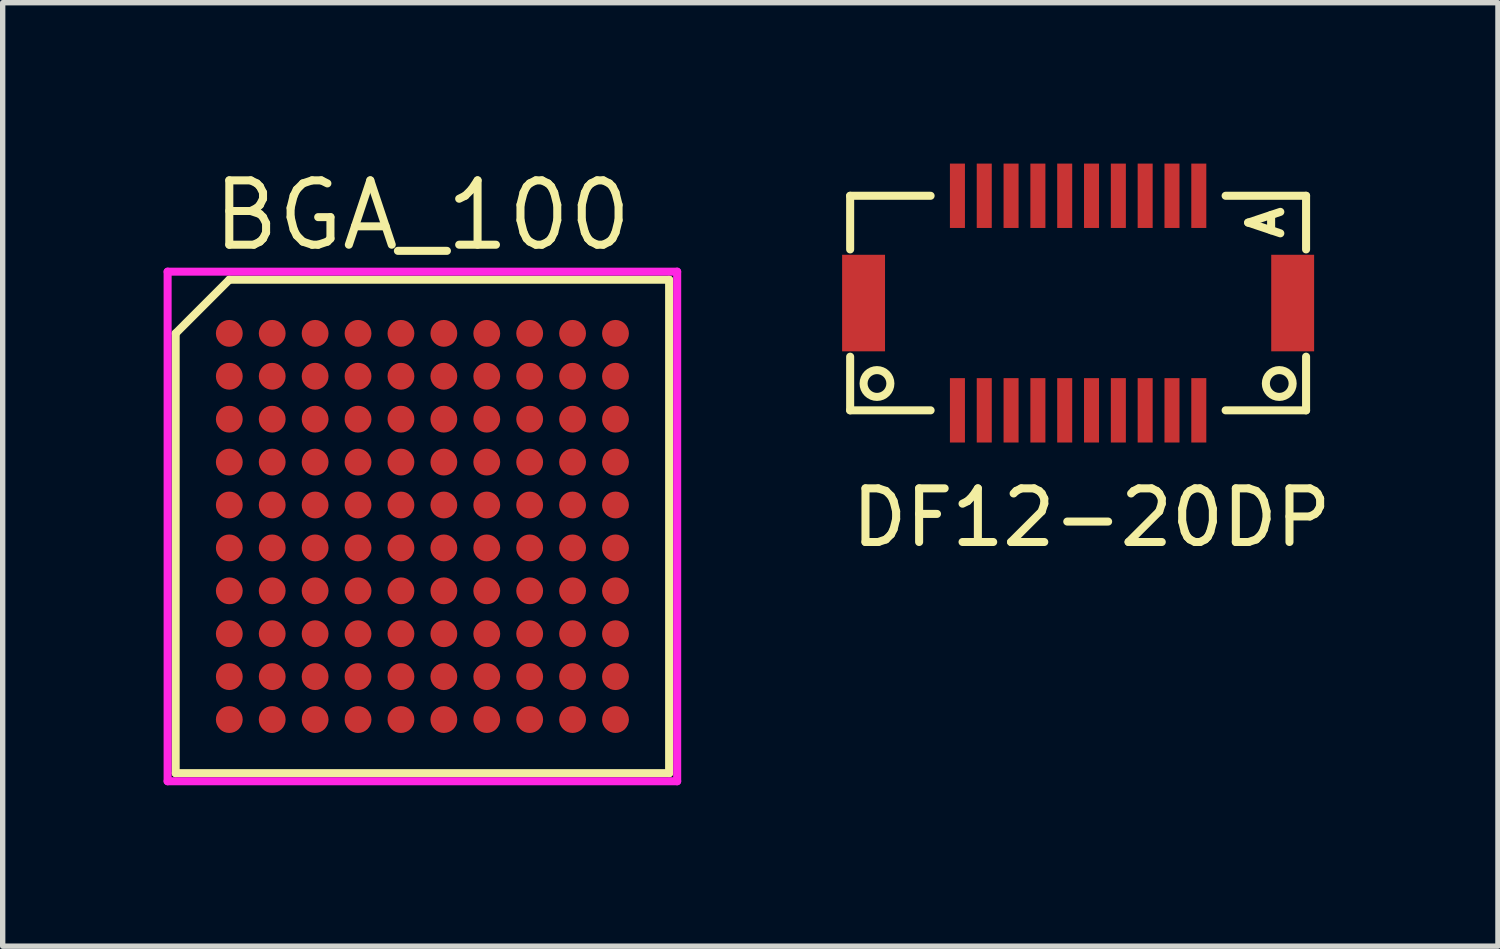
<source format=kicad_pcb>
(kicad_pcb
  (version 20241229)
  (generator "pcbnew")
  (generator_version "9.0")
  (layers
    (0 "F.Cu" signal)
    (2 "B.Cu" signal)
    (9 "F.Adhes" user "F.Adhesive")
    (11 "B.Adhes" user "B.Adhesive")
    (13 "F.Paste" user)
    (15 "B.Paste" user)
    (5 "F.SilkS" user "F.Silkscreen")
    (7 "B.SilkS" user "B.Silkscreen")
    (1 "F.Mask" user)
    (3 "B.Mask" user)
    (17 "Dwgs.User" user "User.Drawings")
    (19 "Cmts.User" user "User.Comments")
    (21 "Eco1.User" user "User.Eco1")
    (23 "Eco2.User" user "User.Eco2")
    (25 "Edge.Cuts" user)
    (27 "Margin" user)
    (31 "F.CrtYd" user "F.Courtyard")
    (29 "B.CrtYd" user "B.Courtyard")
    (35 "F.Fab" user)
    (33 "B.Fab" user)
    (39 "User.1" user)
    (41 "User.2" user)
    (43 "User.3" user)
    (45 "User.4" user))
  (footprint "BGA_100"
    (layer "F.Cu")
    (at 4.825 6.765)
    (property "Reference" "BGA_100" (at 0 -5.8 0) (layer "F.SilkS") (effects (font (size 1.2 1.2) (thickness 0.15))))
    (attr through_hole)
    (fp_line (start -4.6 -3.6) (end -4.6 4.6) (stroke (width 0.15) (type solid)) (layer "F.SilkS"))
    (fp_line (start -4.6 4.6) (end 4.6 4.6) (stroke (width 0.15) (type solid)) (layer "F.SilkS"))
    (fp_line (start -3.6 -4.6) (end -4.6 -3.6) (stroke (width 0.15) (type solid)) (layer "F.SilkS"))
    (fp_line (start 4.6 -4.6) (end -3.6 -4.6) (stroke (width 0.15) (type solid)) (layer "F.SilkS"))
    (fp_line (start 4.6 4.6) (end 4.6 -4.6) (stroke (width 0.15) (type solid)) (layer "F.SilkS"))
    (fp_line (start -4.75 -4.75) (end 4.75 -4.75) (stroke (width 0.15) (type solid)) (layer "F.CrtYd"))
    (fp_line (start -4.75 4.75) (end -4.75 -4.75) (stroke (width 0.15) (type solid)) (layer "F.CrtYd"))
    (fp_line (start 4.75 -4.75) (end 4.75 4.75) (stroke (width 0.15) (type solid)) (layer "F.CrtYd"))
    (fp_line (start 4.75 4.75) (end -4.75 4.75) (stroke (width 0.15) (type solid)) (layer "F.CrtYd"))
    (pad "A1" smd circle (at -3.6 -3.6) (size 0.5 0.5) (layers "F.Cu" "F.Mask" "F.Paste"))
    (pad "A2" smd circle (at -2.8 -3.6) (size 0.5 0.5) (layers "F.Cu" "F.Mask" "F.Paste"))
    (pad "A3" smd circle (at -2 -3.6) (size 0.5 0.5) (layers "F.Cu" "F.Mask" "F.Paste"))
    (pad "A4" smd circle (at -1.2 -3.6) (size 0.5 0.5) (layers "F.Cu" "F.Mask" "F.Paste"))
    (pad "A5" smd circle (at -0.4 -3.6) (size 0.5 0.5) (layers "F.Cu" "F.Mask" "F.Paste"))
    (pad "A6" smd circle (at 0.4 -3.6) (size 0.5 0.5) (layers "F.Cu" "F.Mask" "F.Paste"))
    (pad "A7" smd circle (at 1.2 -3.6) (size 0.5 0.5) (layers "F.Cu" "F.Mask" "F.Paste"))
    (pad "A8" smd circle (at 2 -3.6) (size 0.5 0.5) (layers "F.Cu" "F.Mask" "F.Paste"))
    (pad "A9" smd circle (at 2.8 -3.6) (size 0.5 0.5) (layers "F.Cu" "F.Mask" "F.Paste"))
    (pad "A10" smd circle (at 3.6 -3.6) (size 0.5 0.5) (layers "F.Cu" "F.Mask" "F.Paste"))
    (pad "B1" smd circle (at -3.6 -2.8) (size 0.5 0.5) (layers "F.Cu" "F.Mask" "F.Paste"))
    (pad "B2" smd circle (at -2.8 -2.8) (size 0.5 0.5) (layers "F.Cu" "F.Mask" "F.Paste"))
    (pad "B3" smd circle (at -2 -2.8) (size 0.5 0.5) (layers "F.Cu" "F.Mask" "F.Paste"))
    (pad "B4" smd circle (at -1.2 -2.8) (size 0.5 0.5) (layers "F.Cu" "F.Mask" "F.Paste"))
    (pad "B5" smd circle (at -0.4 -2.8) (size 0.5 0.5) (layers "F.Cu" "F.Mask" "F.Paste"))
    (pad "B6" smd circle (at 0.4 -2.8) (size 0.5 0.5) (layers "F.Cu" "F.Mask" "F.Paste"))
    (pad "B7" smd circle (at 1.2 -2.8) (size 0.5 0.5) (layers "F.Cu" "F.Mask" "F.Paste"))
    (pad "B8" smd circle (at 2 -2.8) (size 0.5 0.5) (layers "F.Cu" "F.Mask" "F.Paste"))
    (pad "B9" smd circle (at 2.8 -2.8) (size 0.5 0.5) (layers "F.Cu" "F.Mask" "F.Paste"))
    (pad "B10" smd circle (at 3.6 -2.8) (size 0.5 0.5) (layers "F.Cu" "F.Mask" "F.Paste"))
    (pad "C1" smd circle (at -3.6 -2) (size 0.5 0.5) (layers "F.Cu" "F.Mask" "F.Paste"))
    (pad "C2" smd circle (at -2.8 -2) (size 0.5 0.5) (layers "F.Cu" "F.Mask" "F.Paste"))
    (pad "C3" smd circle (at -2 -2) (size 0.5 0.5) (layers "F.Cu" "F.Mask" "F.Paste"))
    (pad "C4" smd circle (at -1.2 -2) (size 0.5 0.5) (layers "F.Cu" "F.Mask" "F.Paste"))
    (pad "C5" smd circle (at -0.4 -2) (size 0.5 0.5) (layers "F.Cu" "F.Mask" "F.Paste"))
    (pad "C6" smd circle (at 0.4 -2) (size 0.5 0.5) (layers "F.Cu" "F.Mask" "F.Paste"))
    (pad "C7" smd circle (at 1.2 -2) (size 0.5 0.5) (layers "F.Cu" "F.Mask" "F.Paste"))
    (pad "C8" smd circle (at 2 -2) (size 0.5 0.5) (layers "F.Cu" "F.Mask" "F.Paste"))
    (pad "C9" smd circle (at 2.8 -2) (size 0.5 0.5) (layers "F.Cu" "F.Mask" "F.Paste"))
    (pad "C10" smd circle (at 3.6 -2) (size 0.5 0.5) (layers "F.Cu" "F.Mask" "F.Paste"))
    (pad "D1" smd circle (at -3.6 -1.2) (size 0.5 0.5) (layers "F.Cu" "F.Mask" "F.Paste"))
    (pad "D2" smd circle (at -2.8 -1.2) (size 0.5 0.5) (layers "F.Cu" "F.Mask" "F.Paste"))
    (pad "D3" smd circle (at -2 -1.2) (size 0.5 0.5) (layers "F.Cu" "F.Mask" "F.Paste"))
    (pad "D4" smd circle (at -1.2 -1.2) (size 0.5 0.5) (layers "F.Cu" "F.Mask" "F.Paste"))
    (pad "D5" smd circle (at -0.4 -1.2) (size 0.5 0.5) (layers "F.Cu" "F.Mask" "F.Paste"))
    (pad "D6" smd circle (at 0.4 -1.2) (size 0.5 0.5) (layers "F.Cu" "F.Mask" "F.Paste"))
    (pad "D7" smd circle (at 1.2 -1.2) (size 0.5 0.5) (layers "F.Cu" "F.Mask" "F.Paste"))
    (pad "D8" smd circle (at 2 -1.2) (size 0.5 0.5) (layers "F.Cu" "F.Mask" "F.Paste"))
    (pad "D9" smd circle (at 2.8 -1.2) (size 0.5 0.5) (layers "F.Cu" "F.Mask" "F.Paste"))
    (pad "D10" smd circle (at 3.6 -1.2) (size 0.5 0.5) (layers "F.Cu" "F.Mask" "F.Paste"))
    (pad "E1" smd circle (at -3.6 -0.4) (size 0.5 0.5) (layers "F.Cu" "F.Mask" "F.Paste"))
    (pad "E2" smd circle (at -2.8 -0.4) (size 0.5 0.5) (layers "F.Cu" "F.Mask" "F.Paste"))
    (pad "E3" smd circle (at -2 -0.4) (size 0.5 0.5) (layers "F.Cu" "F.Mask" "F.Paste"))
    (pad "E4" smd circle (at -1.2 -0.4) (size 0.5 0.5) (layers "F.Cu" "F.Mask" "F.Paste"))
    (pad "E5" smd circle (at -0.4 -0.4) (size 0.5 0.5) (layers "F.Cu" "F.Mask" "F.Paste"))
    (pad "E6" smd circle (at 0.4 -0.4) (size 0.5 0.5) (layers "F.Cu" "F.Mask" "F.Paste"))
    (pad "E7" smd circle (at 1.2 -0.4) (size 0.5 0.5) (layers "F.Cu" "F.Mask" "F.Paste"))
    (pad "E8" smd circle (at 2 -0.4) (size 0.5 0.5) (layers "F.Cu" "F.Mask" "F.Paste"))
    (pad "E9" smd circle (at 2.8 -0.4) (size 0.5 0.5) (layers "F.Cu" "F.Mask" "F.Paste"))
    (pad "E10" smd circle (at 3.6 -0.4) (size 0.5 0.5) (layers "F.Cu" "F.Mask" "F.Paste"))
    (pad "F1" smd circle (at -3.6 0.4) (size 0.5 0.5) (layers "F.Cu" "F.Mask" "F.Paste"))
    (pad "F2" smd circle (at -2.8 0.4) (size 0.5 0.5) (layers "F.Cu" "F.Mask" "F.Paste"))
    (pad "F3" smd circle (at -2 0.4) (size 0.5 0.5) (layers "F.Cu" "F.Mask" "F.Paste"))
    (pad "F4" smd circle (at -1.2 0.4) (size 0.5 0.5) (layers "F.Cu" "F.Mask" "F.Paste"))
    (pad "F5" smd circle (at -0.4 0.4) (size 0.5 0.5) (layers "F.Cu" "F.Mask" "F.Paste"))
    (pad "F6" smd circle (at 0.4 0.4) (size 0.5 0.5) (layers "F.Cu" "F.Mask" "F.Paste"))
    (pad "F7" smd circle (at 1.2 0.4) (size 0.5 0.5) (layers "F.Cu" "F.Mask" "F.Paste"))
    (pad "F8" smd circle (at 2 0.4) (size 0.5 0.5) (layers "F.Cu" "F.Mask" "F.Paste"))
    (pad "F9" smd circle (at 2.8 0.4) (size 0.5 0.5) (layers "F.Cu" "F.Mask" "F.Paste"))
    (pad "F10" smd circle (at 3.6 0.4) (size 0.5 0.5) (layers "F.Cu" "F.Mask" "F.Paste"))
    (pad "G1" smd circle (at -3.6 1.2) (size 0.5 0.5) (layers "F.Cu" "F.Mask" "F.Paste"))
    (pad "G2" smd circle (at -2.8 1.2) (size 0.5 0.5) (layers "F.Cu" "F.Mask" "F.Paste"))
    (pad "G3" smd circle (at -2 1.2) (size 0.5 0.5) (layers "F.Cu" "F.Mask" "F.Paste"))
    (pad "G4" smd circle (at -1.2 1.2) (size 0.5 0.5) (layers "F.Cu" "F.Mask" "F.Paste"))
    (pad "G5" smd circle (at -0.4 1.2) (size 0.5 0.5) (layers "F.Cu" "F.Mask" "F.Paste"))
    (pad "G6" smd circle (at 0.4 1.2) (size 0.5 0.5) (layers "F.Cu" "F.Mask" "F.Paste"))
    (pad "G7" smd circle (at 1.2 1.2) (size 0.5 0.5) (layers "F.Cu" "F.Mask" "F.Paste"))
    (pad "G8" smd circle (at 2 1.2) (size 0.5 0.5) (layers "F.Cu" "F.Mask" "F.Paste"))
    (pad "G9" smd circle (at 2.8 1.2) (size 0.5 0.5) (layers "F.Cu" "F.Mask" "F.Paste"))
    (pad "G10" smd circle (at 3.6 1.2) (size 0.5 0.5) (layers "F.Cu" "F.Mask" "F.Paste"))
    (pad "H1" smd circle (at -3.6 2) (size 0.5 0.5) (layers "F.Cu" "F.Mask" "F.Paste"))
    (pad "H2" smd circle (at -2.8 2) (size 0.5 0.5) (layers "F.Cu" "F.Mask" "F.Paste"))
    (pad "H3" smd circle (at -2 2) (size 0.5 0.5) (layers "F.Cu" "F.Mask" "F.Paste"))
    (pad "H4" smd circle (at -1.2 2) (size 0.5 0.5) (layers "F.Cu" "F.Mask" "F.Paste"))
    (pad "H5" smd circle (at -0.4 2) (size 0.5 0.5) (layers "F.Cu" "F.Mask" "F.Paste"))
    (pad "H6" smd circle (at 0.4 2) (size 0.5 0.5) (layers "F.Cu" "F.Mask" "F.Paste"))
    (pad "H7" smd circle (at 1.2 2) (size 0.5 0.5) (layers "F.Cu" "F.Mask" "F.Paste"))
    (pad "H8" smd circle (at 2 2) (size 0.5 0.5) (layers "F.Cu" "F.Mask" "F.Paste"))
    (pad "H9" smd circle (at 2.8 2) (size 0.5 0.5) (layers "F.Cu" "F.Mask" "F.Paste"))
    (pad "H10" smd circle (at 3.6 2) (size 0.5 0.5) (layers "F.Cu" "F.Mask" "F.Paste"))
    (pad "J1" smd circle (at -3.6 2.8) (size 0.5 0.5) (layers "F.Cu" "F.Mask" "F.Paste"))
    (pad "J2" smd circle (at -2.8 2.8) (size 0.5 0.5) (layers "F.Cu" "F.Mask" "F.Paste"))
    (pad "J3" smd circle (at -2 2.8) (size 0.5 0.5) (layers "F.Cu" "F.Mask" "F.Paste"))
    (pad "J4" smd circle (at -1.2 2.8) (size 0.5 0.5) (layers "F.Cu" "F.Mask" "F.Paste"))
    (pad "J5" smd circle (at -0.4 2.8) (size 0.5 0.5) (layers "F.Cu" "F.Mask" "F.Paste"))
    (pad "J6" smd circle (at 0.4 2.8) (size 0.5 0.5) (layers "F.Cu" "F.Mask" "F.Paste"))
    (pad "J7" smd circle (at 1.2 2.8) (size 0.5 0.5) (layers "F.Cu" "F.Mask" "F.Paste"))
    (pad "J8" smd circle (at 2 2.8) (size 0.5 0.5) (layers "F.Cu" "F.Mask" "F.Paste"))
    (pad "J9" smd circle (at 2.8 2.8) (size 0.5 0.5) (layers "F.Cu" "F.Mask" "F.Paste"))
    (pad "J10" smd circle (at 3.6 2.8) (size 0.5 0.5) (layers "F.Cu" "F.Mask" "F.Paste"))
    (pad "K1" smd circle (at -3.6 3.6) (size 0.5 0.5) (layers "F.Cu" "F.Mask" "F.Paste"))
    (pad "K2" smd circle (at -2.8 3.6) (size 0.5 0.5) (layers "F.Cu" "F.Mask" "F.Paste"))
    (pad "K3" smd circle (at -2 3.6) (size 0.5 0.5) (layers "F.Cu" "F.Mask" "F.Paste"))
    (pad "K4" smd circle (at -1.2 3.6) (size 0.5 0.5) (layers "F.Cu" "F.Mask" "F.Paste"))
    (pad "K5" smd circle (at -0.4 3.6) (size 0.5 0.5) (layers "F.Cu" "F.Mask" "F.Paste"))
    (pad "K6" smd circle (at 0.4 3.6) (size 0.5 0.5) (layers "F.Cu" "F.Mask" "F.Paste"))
    (pad "K7" smd circle (at 1.2 3.6) (size 0.5 0.5) (layers "F.Cu" "F.Mask" "F.Paste"))
    (pad "K8" smd circle (at 2 3.6) (size 0.5 0.5) (layers "F.Cu" "F.Mask" "F.Paste"))
    (pad "K9" smd circle (at 2.8 3.6) (size 0.5 0.5) (layers "F.Cu" "F.Mask" "F.Paste"))
    (pad "K10" smd circle (at 3.6 3.6) (size 0.5 0.5) (layers "F.Cu" "F.Mask" "F.Paste")))
  (footprint "DF12-20DP"
    (layer "F.Cu")
    (at 17.05 2.6)
    (property "Reference" "DF12-20DP" (at 0.25 4 0) (layer "F.SilkS") (effects (font (size 1 1) (thickness 0.15))))
    (attr through_hole)
    (fp_line (start -4.25 -2) (end -4.25 -1) (stroke (width 0.15) (type solid)) (layer "F.SilkS"))
    (fp_line (start -4.25 -2) (end -2.75 -2) (stroke (width 0.15) (type solid)) (layer "F.SilkS"))
    (fp_line (start -4.25 1) (end -4.25 2) (stroke (width 0.15) (type solid)) (layer "F.SilkS"))
    (fp_line (start -4.25 2) (end -2.75 2) (stroke (width 0.15) (type solid)) (layer "F.SilkS"))
    (fp_line (start 2.75 2) (end 4.25 2) (stroke (width 0.15) (type solid)) (layer "F.SilkS"))
    (fp_line (start 4.25 -2) (end 2.75 -2) (stroke (width 0.15) (type solid)) (layer "F.SilkS"))
    (fp_line (start 4.25 -1) (end 4.25 -2) (stroke (width 0.15) (type solid)) (layer "F.SilkS"))
    (fp_line (start 4.25 2) (end 4.25 1) (stroke (width 0.15) (type solid)) (layer "F.SilkS"))
    (fp_circle (center -3.75 1.5) (end -3.5 1.5) (stroke (width 0.15) (type solid)) (fill no) (layer "F.SilkS"))
    (fp_circle (center 3.75 1.5) (end 4 1.5) (stroke (width 0.15) (type solid)) (fill no) (layer "F.SilkS"))
    (fp_text user "A" (at 3.5 -1.5 90) (layer "F.SilkS") (effects (font (size 0.6 0.6) (thickness 0.15))))
    (pad "" smd rect (at -4 0) (size 0.8 1.8) (layers "F.Cu" "F.Mask" "F.Paste"))
    (pad "" smd rect (at 4 0) (size 0.8 1.8) (layers "F.Cu" "F.Mask" "F.Paste"))
    (pad "1" smd rect (at -2.25 2) (size 0.28 1.2) (layers "F.Cu" "F.Mask" "F.Paste"))
    (pad "2" smd rect (at -1.75 2) (size 0.28 1.2) (layers "F.Cu" "F.Mask" "F.Paste"))
    (pad "3" smd rect (at -1.25 2) (size 0.28 1.2) (layers "F.Cu" "F.Mask" "F.Paste"))
    (pad "4" smd rect (at -0.75 2) (size 0.28 1.2) (layers "F.Cu" "F.Mask" "F.Paste"))
    (pad "5" smd rect (at -0.25 2) (size 0.28 1.2) (layers "F.Cu" "F.Mask" "F.Paste"))
    (pad "6" smd rect (at 0.25 2) (size 0.28 1.2) (layers "F.Cu" "F.Mask" "F.Paste"))
    (pad "7" smd rect (at 0.75 2) (size 0.28 1.2) (layers "F.Cu" "F.Mask" "F.Paste"))
    (pad "8" smd rect (at 1.25 2) (size 0.28 1.2) (layers "F.Cu" "F.Mask" "F.Paste"))
    (pad "9" smd rect (at 1.75 2) (size 0.28 1.2) (layers "F.Cu" "F.Mask" "F.Paste"))
    (pad "10" smd rect (at 2.25 2) (size 0.28 1.2) (layers "F.Cu" "F.Mask" "F.Paste"))
    (pad "11" smd rect (at 2.25 -2) (size 0.28 1.2) (layers "F.Cu" "F.Mask" "F.Paste"))
    (pad "12" smd rect (at 1.75 -2) (size 0.28 1.2) (layers "F.Cu" "F.Mask" "F.Paste"))
    (pad "13" smd rect (at 1.25 -2) (size 0.28 1.2) (layers "F.Cu" "F.Mask" "F.Paste"))
    (pad "14" smd rect (at 0.75 -2) (size 0.28 1.2) (layers "F.Cu" "F.Mask" "F.Paste"))
    (pad "15" smd rect (at 0.25 -2) (size 0.28 1.2) (layers "F.Cu" "F.Mask" "F.Paste"))
    (pad "16" smd rect (at -0.25 -2) (size 0.28 1.2) (layers "F.Cu" "F.Mask" "F.Paste"))
    (pad "17" smd rect (at -0.75 -2) (size 0.28 1.2) (layers "F.Cu" "F.Mask" "F.Paste"))
    (pad "18" smd rect (at -1.25 -2) (size 0.28 1.2) (layers "F.Cu" "F.Mask" "F.Paste"))
    (pad "19" smd rect (at -1.75 -2) (size 0.28 1.2) (layers "F.Cu" "F.Mask" "F.Paste"))
    (pad "20" smd rect (at -2.25 -2) (size 0.28 1.2) (layers "F.Cu" "F.Mask" "F.Paste")))
  (gr_rect
    (start -3 -3)
    (end 24.877 14.59)
    (stroke (width 0.1) (type default))
    (fill no)
    (layer "Edge.Cuts")))
</source>
